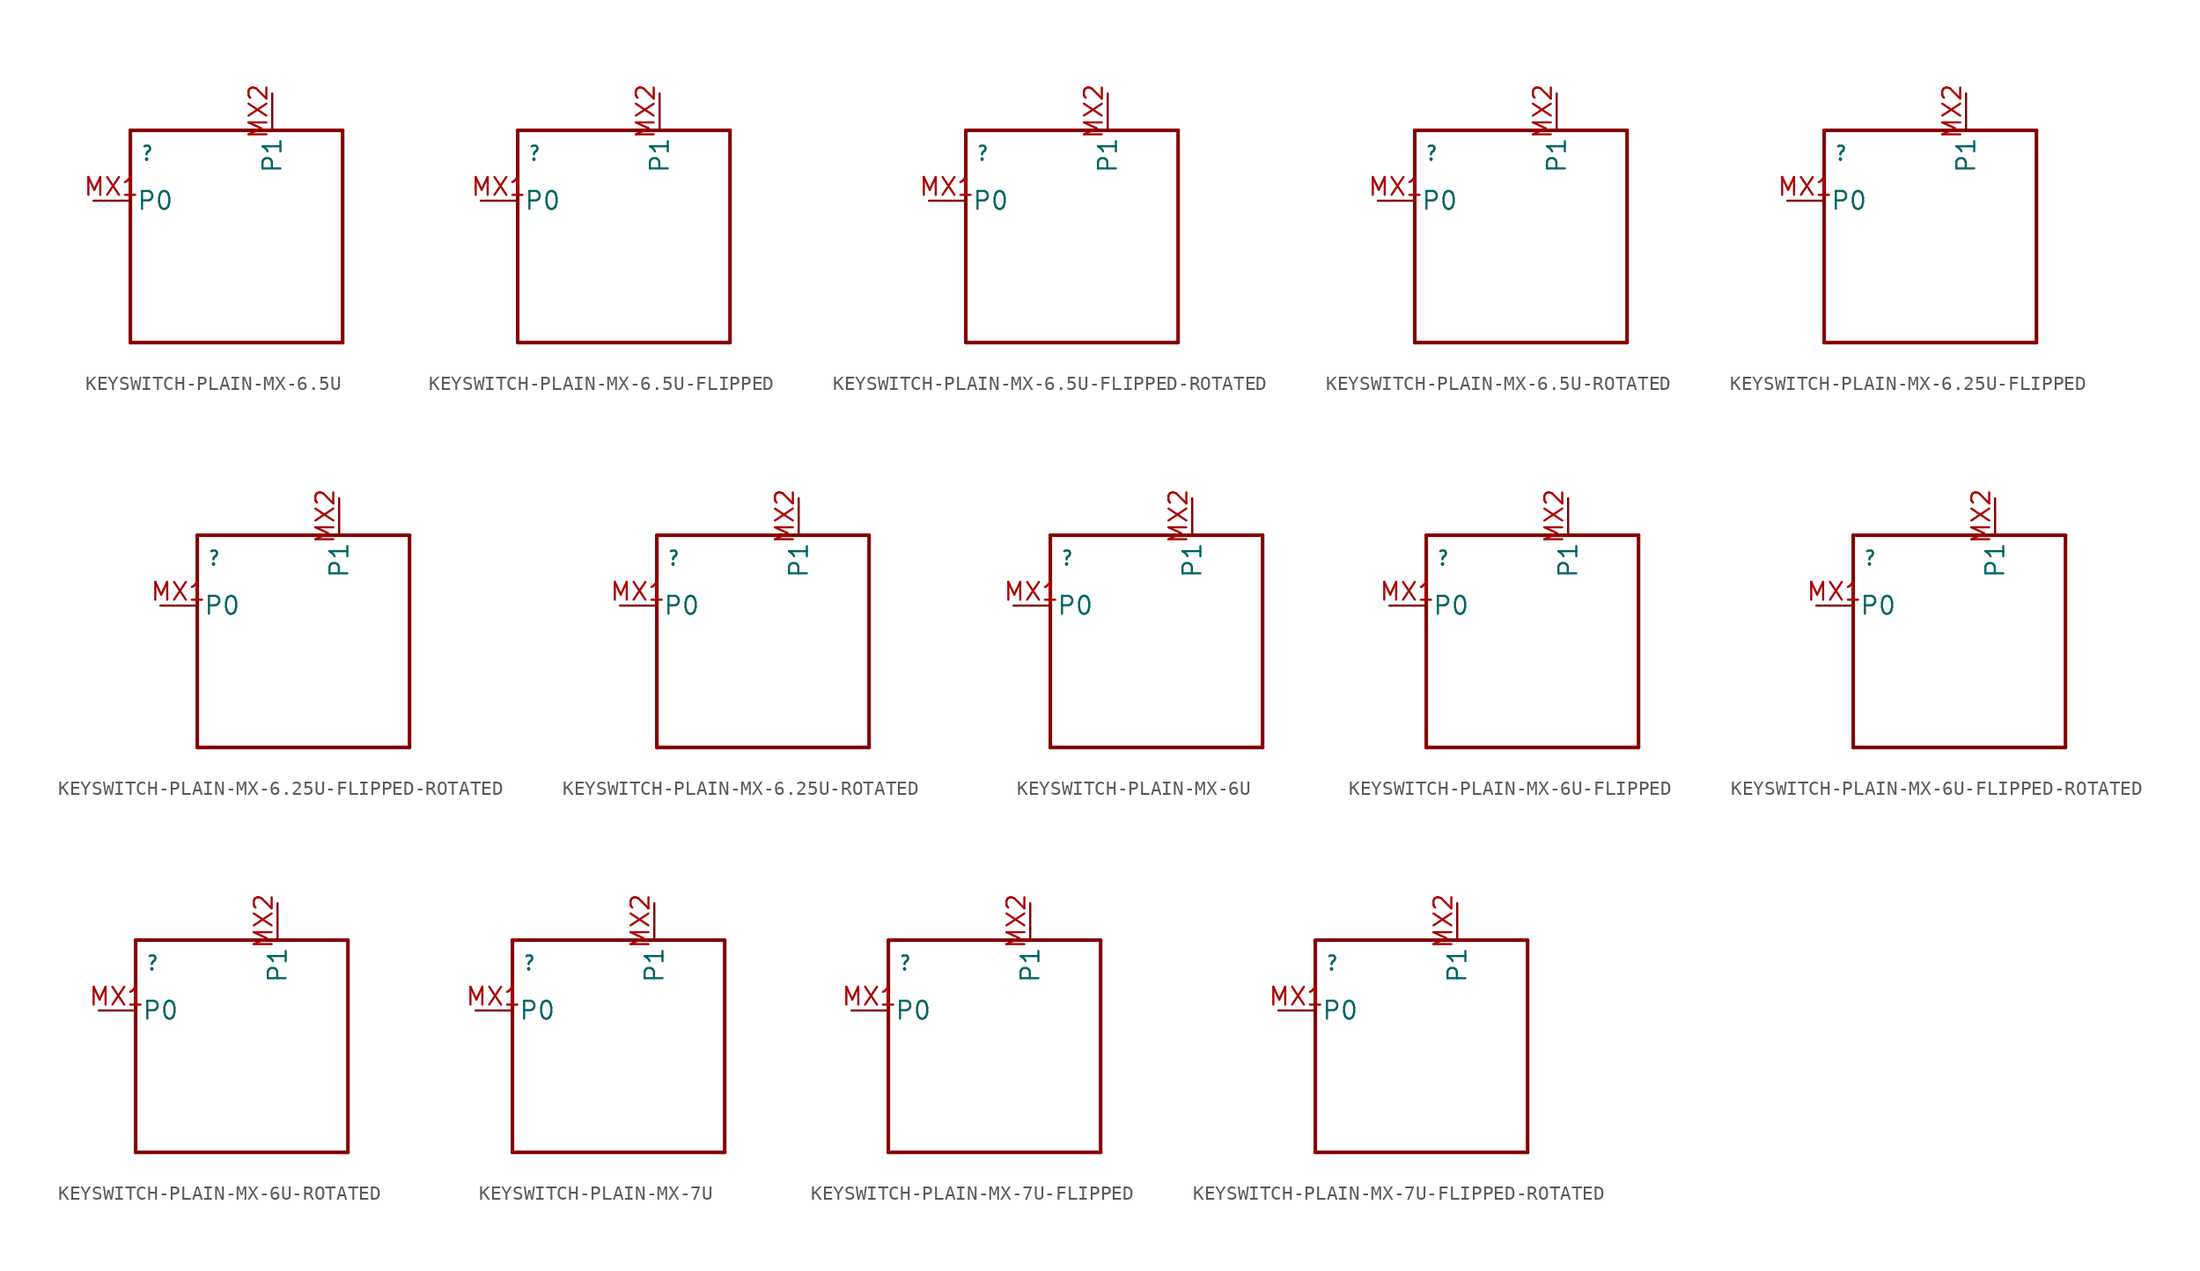
<source format=kicad_sym>
(kicad_symbol_lib
  (version 20211014)
  (generator kicad_symbol_editor)
  (symbol "KEYSWITCH-PLAIN-MX-6.5U"
    (property "Reference" ""
      (at -6.81 5.318 0)
      (effects (font (size 1 0.85)) (justify left bottom)))
    (property "ki_locked" ""
      (at 0 0 0)
      (effects (font (size 1.27 1.27))))
    (symbol "KEYSWITCH-PLAIN-MX-6.5U_1_0"
      (polyline (pts (xy -7.54 -7.54) (xy -7.54 7.54)) (stroke (width 0.254) (type default) (color 0 0 0 0)) (fill (type none)))
      (polyline (pts (xy -7.54 7.54) (xy 7.54 7.54)) (stroke (width 0.254) (type default) (color 0 0 0 0)) (fill (type none)))
      (polyline (pts (xy 7.54 -7.54) (xy -7.54 -7.54)) (stroke (width 0.254) (type default) (color 0 0 0 0)) (fill (type none)))
      (polyline (pts (xy 7.54 7.54) (xy 7.54 -7.54)) (stroke (width 0.254) (type default) (color 0 0 0 0)) (fill (type none)))
      (pin bidirectional line (at -10.16 2.54 0) (length 2.54) (name "P0" (effects (font (size 1.27 1.27)))) (number "MX1" (effects (font (size 1.27 1.27)))))
      (pin bidirectional line (at 2.54 10.16 270) (length 2.54) (name "P1" (effects (font (size 1.27 1.27)))) (number "MX2" (effects (font (size 1.27 1.27)))))))
  (symbol "KEYSWITCH-PLAIN-MX-6.5U-FLIPPED"
    (property "Reference" ""
      (at -6.81 5.318 0)
      (effects (font (size 1 0.85)) (justify left bottom)))
    (property "ki_locked" ""
      (at 0 0 0)
      (effects (font (size 1.27 1.27))))
    (symbol "KEYSWITCH-PLAIN-MX-6.5U-FLIPPED_1_0"
      (polyline (pts (xy -7.54 -7.54) (xy -7.54 7.54)) (stroke (width 0.254) (type default) (color 0 0 0 0)) (fill (type none)))
      (polyline (pts (xy -7.54 7.54) (xy 7.54 7.54)) (stroke (width 0.254) (type default) (color 0 0 0 0)) (fill (type none)))
      (polyline (pts (xy 7.54 -7.54) (xy -7.54 -7.54)) (stroke (width 0.254) (type default) (color 0 0 0 0)) (fill (type none)))
      (polyline (pts (xy 7.54 7.54) (xy 7.54 -7.54)) (stroke (width 0.254) (type default) (color 0 0 0 0)) (fill (type none)))
      (pin bidirectional line (at -10.16 2.54 0) (length 2.54) (name "P0" (effects (font (size 1.27 1.27)))) (number "MX1" (effects (font (size 1.27 1.27)))))
      (pin bidirectional line (at 2.54 10.16 270) (length 2.54) (name "P1" (effects (font (size 1.27 1.27)))) (number "MX2" (effects (font (size 1.27 1.27)))))))
  (symbol "KEYSWITCH-PLAIN-MX-6.5U-FLIPPED-ROTATED"
    (property "Reference" ""
      (at -6.81 5.318 0)
      (effects (font (size 1 0.85)) (justify left bottom)))
    (property "ki_locked" ""
      (at 0 0 0)
      (effects (font (size 1.27 1.27))))
    (symbol "KEYSWITCH-PLAIN-MX-6.5U-FLIPPED-ROTATED_1_0"
      (polyline (pts (xy -7.54 -7.54) (xy -7.54 7.54)) (stroke (width 0.254) (type default) (color 0 0 0 0)) (fill (type none)))
      (polyline (pts (xy -7.54 7.54) (xy 7.54 7.54)) (stroke (width 0.254) (type default) (color 0 0 0 0)) (fill (type none)))
      (polyline (pts (xy 7.54 -7.54) (xy -7.54 -7.54)) (stroke (width 0.254) (type default) (color 0 0 0 0)) (fill (type none)))
      (polyline (pts (xy 7.54 7.54) (xy 7.54 -7.54)) (stroke (width 0.254) (type default) (color 0 0 0 0)) (fill (type none)))
      (pin bidirectional line (at -10.16 2.54 0) (length 2.54) (name "P0" (effects (font (size 1.27 1.27)))) (number "MX1" (effects (font (size 1.27 1.27)))))
      (pin bidirectional line (at 2.54 10.16 270) (length 2.54) (name "P1" (effects (font (size 1.27 1.27)))) (number "MX2" (effects (font (size 1.27 1.27)))))))
  (symbol "KEYSWITCH-PLAIN-MX-6.5U-ROTATED"
    (property "Reference" ""
      (at -6.81 5.318 0)
      (effects (font (size 1 0.85)) (justify left bottom)))
    (property "ki_locked" ""
      (at 0 0 0)
      (effects (font (size 1.27 1.27))))
    (symbol "KEYSWITCH-PLAIN-MX-6.5U-ROTATED_1_0"
      (polyline (pts (xy -7.54 -7.54) (xy -7.54 7.54)) (stroke (width 0.254) (type default) (color 0 0 0 0)) (fill (type none)))
      (polyline (pts (xy -7.54 7.54) (xy 7.54 7.54)) (stroke (width 0.254) (type default) (color 0 0 0 0)) (fill (type none)))
      (polyline (pts (xy 7.54 -7.54) (xy -7.54 -7.54)) (stroke (width 0.254) (type default) (color 0 0 0 0)) (fill (type none)))
      (polyline (pts (xy 7.54 7.54) (xy 7.54 -7.54)) (stroke (width 0.254) (type default) (color 0 0 0 0)) (fill (type none)))
      (pin bidirectional line (at -10.16 2.54 0) (length 2.54) (name "P0" (effects (font (size 1.27 1.27)))) (number "MX1" (effects (font (size 1.27 1.27)))))
      (pin bidirectional line (at 2.54 10.16 270) (length 2.54) (name "P1" (effects (font (size 1.27 1.27)))) (number "MX2" (effects (font (size 1.27 1.27)))))))
  (symbol "KEYSWITCH-PLAIN-MX-6.25U-FLIPPED"
    (property "Reference" ""
      (at -6.81 5.318 0)
      (effects (font (size 1 0.85)) (justify left bottom)))
    (property "ki_locked" ""
      (at 0 0 0)
      (effects (font (size 1.27 1.27))))
    (symbol "KEYSWITCH-PLAIN-MX-6.25U-FLIPPED_1_0"
      (polyline (pts (xy -7.54 -7.54) (xy -7.54 7.54)) (stroke (width 0.254) (type default) (color 0 0 0 0)) (fill (type none)))
      (polyline (pts (xy -7.54 7.54) (xy 7.54 7.54)) (stroke (width 0.254) (type default) (color 0 0 0 0)) (fill (type none)))
      (polyline (pts (xy 7.54 -7.54) (xy -7.54 -7.54)) (stroke (width 0.254) (type default) (color 0 0 0 0)) (fill (type none)))
      (polyline (pts (xy 7.54 7.54) (xy 7.54 -7.54)) (stroke (width 0.254) (type default) (color 0 0 0 0)) (fill (type none)))
      (pin bidirectional line (at -10.16 2.54 0) (length 2.54) (name "P0" (effects (font (size 1.27 1.27)))) (number "MX1" (effects (font (size 1.27 1.27)))))
      (pin bidirectional line (at 2.54 10.16 270) (length 2.54) (name "P1" (effects (font (size 1.27 1.27)))) (number "MX2" (effects (font (size 1.27 1.27)))))))
  (symbol "KEYSWITCH-PLAIN-MX-6.25U-FLIPPED-ROTATED"
    (property "Reference" ""
      (at -6.81 5.318 0)
      (effects (font (size 1 0.85)) (justify left bottom)))
    (property "ki_locked" ""
      (at 0 0 0)
      (effects (font (size 1.27 1.27))))
    (symbol "KEYSWITCH-PLAIN-MX-6.25U-FLIPPED-ROTATED_1_0"
      (polyline (pts (xy -7.54 -7.54) (xy -7.54 7.54)) (stroke (width 0.254) (type default) (color 0 0 0 0)) (fill (type none)))
      (polyline (pts (xy -7.54 7.54) (xy 7.54 7.54)) (stroke (width 0.254) (type default) (color 0 0 0 0)) (fill (type none)))
      (polyline (pts (xy 7.54 -7.54) (xy -7.54 -7.54)) (stroke (width 0.254) (type default) (color 0 0 0 0)) (fill (type none)))
      (polyline (pts (xy 7.54 7.54) (xy 7.54 -7.54)) (stroke (width 0.254) (type default) (color 0 0 0 0)) (fill (type none)))
      (pin bidirectional line (at -10.16 2.54 0) (length 2.54) (name "P0" (effects (font (size 1.27 1.27)))) (number "MX1" (effects (font (size 1.27 1.27)))))
      (pin bidirectional line (at 2.54 10.16 270) (length 2.54) (name "P1" (effects (font (size 1.27 1.27)))) (number "MX2" (effects (font (size 1.27 1.27)))))))
  (symbol "KEYSWITCH-PLAIN-MX-6.25U-ROTATED"
    (property "Reference" ""
      (at -6.81 5.318 0)
      (effects (font (size 1 0.85)) (justify left bottom)))
    (property "ki_locked" ""
      (at 0 0 0)
      (effects (font (size 1.27 1.27))))
    (symbol "KEYSWITCH-PLAIN-MX-6.25U-ROTATED_1_0"
      (polyline (pts (xy -7.54 -7.54) (xy -7.54 7.54)) (stroke (width 0.254) (type default) (color 0 0 0 0)) (fill (type none)))
      (polyline (pts (xy -7.54 7.54) (xy 7.54 7.54)) (stroke (width 0.254) (type default) (color 0 0 0 0)) (fill (type none)))
      (polyline (pts (xy 7.54 -7.54) (xy -7.54 -7.54)) (stroke (width 0.254) (type default) (color 0 0 0 0)) (fill (type none)))
      (polyline (pts (xy 7.54 7.54) (xy 7.54 -7.54)) (stroke (width 0.254) (type default) (color 0 0 0 0)) (fill (type none)))
      (pin bidirectional line (at -10.16 2.54 0) (length 2.54) (name "P0" (effects (font (size 1.27 1.27)))) (number "MX1" (effects (font (size 1.27 1.27)))))
      (pin bidirectional line (at 2.54 10.16 270) (length 2.54) (name "P1" (effects (font (size 1.27 1.27)))) (number "MX2" (effects (font (size 1.27 1.27)))))))
  (symbol "KEYSWITCH-PLAIN-MX-6U"
    (property "Reference" ""
      (at -6.81 5.318 0)
      (effects (font (size 1 0.85)) (justify left bottom)))
    (property "ki_locked" ""
      (at 0 0 0)
      (effects (font (size 1.27 1.27))))
    (symbol "KEYSWITCH-PLAIN-MX-6U_1_0"
      (polyline (pts (xy -7.54 -7.54) (xy -7.54 7.54)) (stroke (width 0.254) (type default) (color 0 0 0 0)) (fill (type none)))
      (polyline (pts (xy -7.54 7.54) (xy 7.54 7.54)) (stroke (width 0.254) (type default) (color 0 0 0 0)) (fill (type none)))
      (polyline (pts (xy 7.54 -7.54) (xy -7.54 -7.54)) (stroke (width 0.254) (type default) (color 0 0 0 0)) (fill (type none)))
      (polyline (pts (xy 7.54 7.54) (xy 7.54 -7.54)) (stroke (width 0.254) (type default) (color 0 0 0 0)) (fill (type none)))
      (pin bidirectional line (at -10.16 2.54 0) (length 2.54) (name "P0" (effects (font (size 1.27 1.27)))) (number "MX1" (effects (font (size 1.27 1.27)))))
      (pin bidirectional line (at 2.54 10.16 270) (length 2.54) (name "P1" (effects (font (size 1.27 1.27)))) (number "MX2" (effects (font (size 1.27 1.27)))))))
  (symbol "KEYSWITCH-PLAIN-MX-6U-FLIPPED"
    (property "Reference" ""
      (at -6.81 5.318 0)
      (effects (font (size 1 0.85)) (justify left bottom)))
    (property "ki_locked" ""
      (at 0 0 0)
      (effects (font (size 1.27 1.27))))
    (symbol "KEYSWITCH-PLAIN-MX-6U-FLIPPED_1_0"
      (polyline (pts (xy -7.54 -7.54) (xy -7.54 7.54)) (stroke (width 0.254) (type default) (color 0 0 0 0)) (fill (type none)))
      (polyline (pts (xy -7.54 7.54) (xy 7.54 7.54)) (stroke (width 0.254) (type default) (color 0 0 0 0)) (fill (type none)))
      (polyline (pts (xy 7.54 -7.54) (xy -7.54 -7.54)) (stroke (width 0.254) (type default) (color 0 0 0 0)) (fill (type none)))
      (polyline (pts (xy 7.54 7.54) (xy 7.54 -7.54)) (stroke (width 0.254) (type default) (color 0 0 0 0)) (fill (type none)))
      (pin bidirectional line (at -10.16 2.54 0) (length 2.54) (name "P0" (effects (font (size 1.27 1.27)))) (number "MX1" (effects (font (size 1.27 1.27)))))
      (pin bidirectional line (at 2.54 10.16 270) (length 2.54) (name "P1" (effects (font (size 1.27 1.27)))) (number "MX2" (effects (font (size 1.27 1.27)))))))
  (symbol "KEYSWITCH-PLAIN-MX-6U-FLIPPED-ROTATED"
    (property "Reference" ""
      (at -6.81 5.318 0)
      (effects (font (size 1 0.85)) (justify left bottom)))
    (property "ki_locked" ""
      (at 0 0 0)
      (effects (font (size 1.27 1.27))))
    (symbol "KEYSWITCH-PLAIN-MX-6U-FLIPPED-ROTATED_1_0"
      (polyline (pts (xy -7.54 -7.54) (xy -7.54 7.54)) (stroke (width 0.254) (type default) (color 0 0 0 0)) (fill (type none)))
      (polyline (pts (xy -7.54 7.54) (xy 7.54 7.54)) (stroke (width 0.254) (type default) (color 0 0 0 0)) (fill (type none)))
      (polyline (pts (xy 7.54 -7.54) (xy -7.54 -7.54)) (stroke (width 0.254) (type default) (color 0 0 0 0)) (fill (type none)))
      (polyline (pts (xy 7.54 7.54) (xy 7.54 -7.54)) (stroke (width 0.254) (type default) (color 0 0 0 0)) (fill (type none)))
      (pin bidirectional line (at -10.16 2.54 0) (length 2.54) (name "P0" (effects (font (size 1.27 1.27)))) (number "MX1" (effects (font (size 1.27 1.27)))))
      (pin bidirectional line (at 2.54 10.16 270) (length 2.54) (name "P1" (effects (font (size 1.27 1.27)))) (number "MX2" (effects (font (size 1.27 1.27)))))))
  (symbol "KEYSWITCH-PLAIN-MX-6U-ROTATED"
    (property "Reference" ""
      (at -6.81 5.318 0)
      (effects (font (size 1 0.85)) (justify left bottom)))
    (property "ki_locked" ""
      (at 0 0 0)
      (effects (font (size 1.27 1.27))))
    (symbol "KEYSWITCH-PLAIN-MX-6U-ROTATED_1_0"
      (polyline (pts (xy -7.54 -7.54) (xy -7.54 7.54)) (stroke (width 0.254) (type default) (color 0 0 0 0)) (fill (type none)))
      (polyline (pts (xy -7.54 7.54) (xy 7.54 7.54)) (stroke (width 0.254) (type default) (color 0 0 0 0)) (fill (type none)))
      (polyline (pts (xy 7.54 -7.54) (xy -7.54 -7.54)) (stroke (width 0.254) (type default) (color 0 0 0 0)) (fill (type none)))
      (polyline (pts (xy 7.54 7.54) (xy 7.54 -7.54)) (stroke (width 0.254) (type default) (color 0 0 0 0)) (fill (type none)))
      (pin bidirectional line (at -10.16 2.54 0) (length 2.54) (name "P0" (effects (font (size 1.27 1.27)))) (number "MX1" (effects (font (size 1.27 1.27)))))
      (pin bidirectional line (at 2.54 10.16 270) (length 2.54) (name "P1" (effects (font (size 1.27 1.27)))) (number "MX2" (effects (font (size 1.27 1.27)))))))
  (symbol "KEYSWITCH-PLAIN-MX-7U"
    (property "Reference" ""
      (at -6.81 5.318 0)
      (effects (font (size 1 0.85)) (justify left bottom)))
    (property "ki_locked" ""
      (at 0 0 0)
      (effects (font (size 1.27 1.27))))
    (symbol "KEYSWITCH-PLAIN-MX-7U_1_0"
      (polyline (pts (xy -7.54 -7.54) (xy -7.54 7.54)) (stroke (width 0.254) (type default) (color 0 0 0 0)) (fill (type none)))
      (polyline (pts (xy -7.54 7.54) (xy 7.54 7.54)) (stroke (width 0.254) (type default) (color 0 0 0 0)) (fill (type none)))
      (polyline (pts (xy 7.54 -7.54) (xy -7.54 -7.54)) (stroke (width 0.254) (type default) (color 0 0 0 0)) (fill (type none)))
      (polyline (pts (xy 7.54 7.54) (xy 7.54 -7.54)) (stroke (width 0.254) (type default) (color 0 0 0 0)) (fill (type none)))
      (pin bidirectional line (at -10.16 2.54 0) (length 2.54) (name "P0" (effects (font (size 1.27 1.27)))) (number "MX1" (effects (font (size 1.27 1.27)))))
      (pin bidirectional line (at 2.54 10.16 270) (length 2.54) (name "P1" (effects (font (size 1.27 1.27)))) (number "MX2" (effects (font (size 1.27 1.27)))))))
  (symbol "KEYSWITCH-PLAIN-MX-7U-FLIPPED"
    (property "Reference" ""
      (at -6.81 5.318 0)
      (effects (font (size 1 0.85)) (justify left bottom)))
    (property "ki_locked" ""
      (at 0 0 0)
      (effects (font (size 1.27 1.27))))
    (symbol "KEYSWITCH-PLAIN-MX-7U-FLIPPED_1_0"
      (polyline (pts (xy -7.54 -7.54) (xy -7.54 7.54)) (stroke (width 0.254) (type default) (color 0 0 0 0)) (fill (type none)))
      (polyline (pts (xy -7.54 7.54) (xy 7.54 7.54)) (stroke (width 0.254) (type default) (color 0 0 0 0)) (fill (type none)))
      (polyline (pts (xy 7.54 -7.54) (xy -7.54 -7.54)) (stroke (width 0.254) (type default) (color 0 0 0 0)) (fill (type none)))
      (polyline (pts (xy 7.54 7.54) (xy 7.54 -7.54)) (stroke (width 0.254) (type default) (color 0 0 0 0)) (fill (type none)))
      (pin bidirectional line (at -10.16 2.54 0) (length 2.54) (name "P0" (effects (font (size 1.27 1.27)))) (number "MX1" (effects (font (size 1.27 1.27)))))
      (pin bidirectional line (at 2.54 10.16 270) (length 2.54) (name "P1" (effects (font (size 1.27 1.27)))) (number "MX2" (effects (font (size 1.27 1.27)))))))
  (symbol "KEYSWITCH-PLAIN-MX-7U-FLIPPED-ROTATED"
    (property "Reference" ""
      (at -6.81 5.318 0)
      (effects (font (size 1 0.85)) (justify left bottom)))
    (property "ki_locked" ""
      (at 0 0 0)
      (effects (font (size 1.27 1.27))))
    (symbol "KEYSWITCH-PLAIN-MX-7U-FLIPPED-ROTATED_1_0"
      (polyline (pts (xy -7.54 -7.54) (xy -7.54 7.54)) (stroke (width 0.254) (type default) (color 0 0 0 0)) (fill (type none)))
      (polyline (pts (xy -7.54 7.54) (xy 7.54 7.54)) (stroke (width 0.254) (type default) (color 0 0 0 0)) (fill (type none)))
      (polyline (pts (xy 7.54 -7.54) (xy -7.54 -7.54)) (stroke (width 0.254) (type default) (color 0 0 0 0)) (fill (type none)))
      (polyline (pts (xy 7.54 7.54) (xy 7.54 -7.54)) (stroke (width 0.254) (type default) (color 0 0 0 0)) (fill (type none)))
      (pin bidirectional line (at -10.16 2.54 0) (length 2.54) (name "P0" (effects (font (size 1.27 1.27)))) (number "MX1" (effects (font (size 1.27 1.27)))))
      (pin bidirectional line (at 2.54 10.16 270) (length 2.54) (name "P1" (effects (font (size 1.27 1.27)))) (number "MX2" (effects (font (size 1.27 1.27))))))))
</source>
